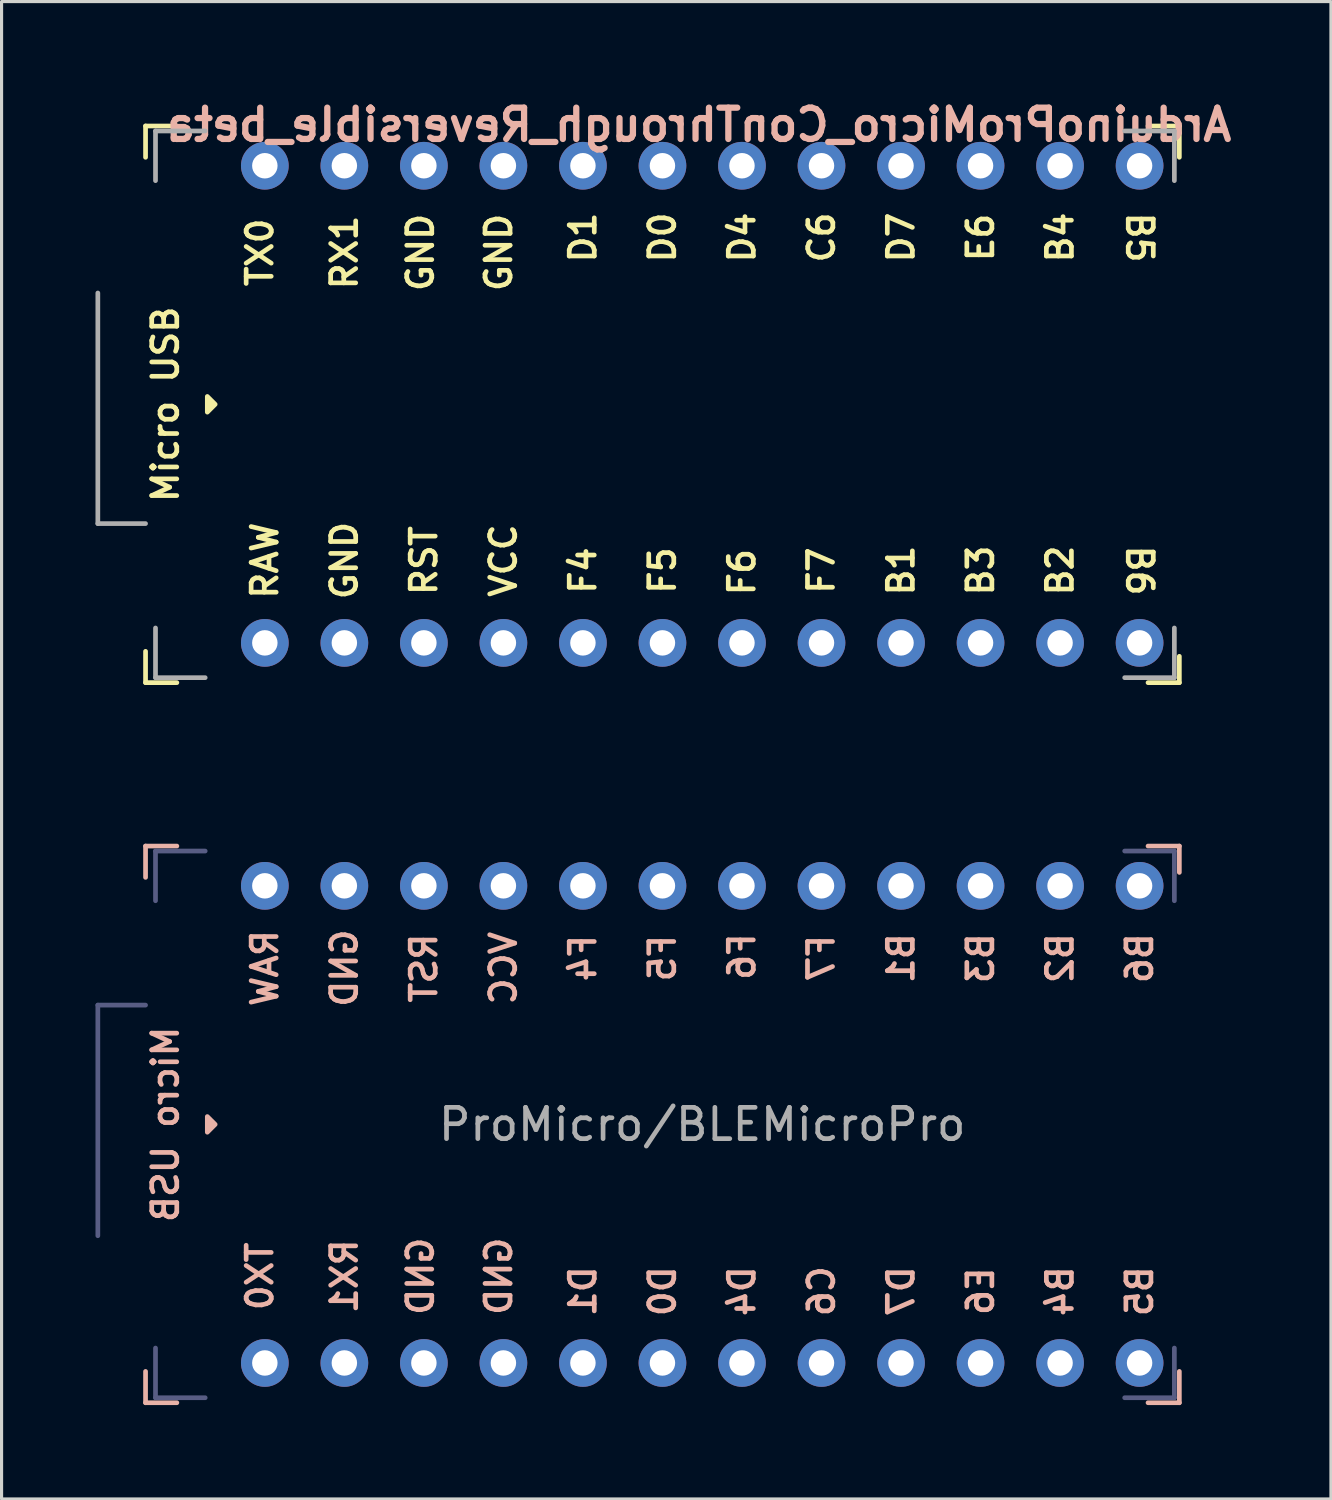
<source format=kicad_pcb>
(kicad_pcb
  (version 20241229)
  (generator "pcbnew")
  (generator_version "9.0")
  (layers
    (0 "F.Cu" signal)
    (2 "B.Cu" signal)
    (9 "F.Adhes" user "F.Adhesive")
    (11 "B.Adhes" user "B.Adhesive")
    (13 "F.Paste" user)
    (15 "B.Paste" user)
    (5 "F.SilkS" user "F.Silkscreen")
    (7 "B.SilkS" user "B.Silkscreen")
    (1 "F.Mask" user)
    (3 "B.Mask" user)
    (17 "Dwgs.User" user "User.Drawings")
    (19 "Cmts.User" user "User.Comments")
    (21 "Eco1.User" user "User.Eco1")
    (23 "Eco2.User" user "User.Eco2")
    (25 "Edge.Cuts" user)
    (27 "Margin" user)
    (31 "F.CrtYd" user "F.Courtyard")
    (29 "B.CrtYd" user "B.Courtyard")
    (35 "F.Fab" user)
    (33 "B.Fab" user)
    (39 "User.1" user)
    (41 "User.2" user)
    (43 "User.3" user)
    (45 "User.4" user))
  (footprint "ArduinoProMicro_ConThrough_Reversible_beta"
    (layer "F.Cu")
    (at 19.379 9.864)
    (property "Reference" "ArduinoProMicro_ConThrough_Reversible_beta" (at -0.118 -8.928 0) (layer "B.SilkS") (effects (font (size 1 1) (thickness 0.2)) (justify mirror)))
    (property "Value" "ProMicro/BLEMicroPro" (at 0 0 0) (layer "B.Fab") (hide yes) (effects (font (size 1 1) (thickness 0.15)) (justify mirror)))
    (fp_line (start -17.78 -8.89) (end -17.78 -7.89) (stroke (width 0.15) (type solid)) (layer "F.SilkS"))
    (fp_line (start -17.78 -8.89) (end -16.78 -8.89) (stroke (width 0.15) (type solid)) (layer "F.SilkS"))
    (fp_line (start -17.78 7.89) (end -17.78 8.89) (stroke (width 0.15) (type solid)) (layer "F.SilkS"))
    (fp_line (start -17.78 8.89) (end -16.78 8.89) (stroke (width 0.15) (type solid)) (layer "F.SilkS"))
    (fp_line (start 15.24 -8.89) (end 14.24 -8.89) (stroke (width 0.15) (type solid)) (layer "F.SilkS"))
    (fp_line (start 15.24 -8.89) (end 15.24 -7.89) (stroke (width 0.15) (type solid)) (layer "F.SilkS"))
    (fp_line (start 15.24 8.89) (end 14.24 8.89) (stroke (width 0.15) (type solid)) (layer "F.SilkS"))
    (fp_line (start 15.24 8.89) (end 15.24 8.049) (stroke (width 0.15) (type solid)) (layer "F.SilkS"))
    (fp_poly (pts (xy -15.807 -0.25) (xy -15.807 0.25) (xy -15.557 0)) (stroke (width 0.15) (type solid)) (fill yes) (layer "F.SilkS"))
    (fp_line (start -17.78 14.11) (end -16.78 14.11) (stroke (width 0.15) (type solid)) (layer "B.SilkS"))
    (fp_line (start -17.78 15.11) (end -17.78 14.11) (stroke (width 0.15) (type solid)) (layer "B.SilkS"))
    (fp_line (start -17.78 31.89) (end -17.78 30.89) (stroke (width 0.15) (type solid)) (layer "B.SilkS"))
    (fp_line (start -17.78 31.89) (end -16.78 31.89) (stroke (width 0.15) (type solid)) (layer "B.SilkS"))
    (fp_line (start 15.24 14.11) (end 14.24 14.11) (stroke (width 0.15) (type solid)) (layer "B.SilkS"))
    (fp_line (start 15.24 14.11) (end 15.24 14.951) (stroke (width 0.15) (type solid)) (layer "B.SilkS"))
    (fp_line (start 15.24 31.89) (end 14.24 31.89) (stroke (width 0.15) (type solid)) (layer "B.SilkS"))
    (fp_line (start 15.24 31.89) (end 15.24 30.89) (stroke (width 0.15) (type solid)) (layer "B.SilkS"))
    (fp_poly (pts (xy -15.807 23.25) (xy -15.807 22.75) (xy -15.557 23)) (stroke (width 0.15) (type solid)) (fill yes) (layer "B.SilkS"))
    (fp_line (start -19.304 19.19) (end -19.304 26.556) (stroke (width 0.15) (type solid)) (layer "B.Fab"))
    (fp_line (start -17.78 19.19) (end -19.304 19.19) (stroke (width 0.15) (type solid)) (layer "B.Fab"))
    (fp_line (start -17.462 14.269) (end -15.875 14.269) (stroke (width 0.15) (type solid)) (layer "B.Fab"))
    (fp_line (start -17.462 15.856) (end -17.462 14.269) (stroke (width 0.15) (type solid)) (layer "B.Fab"))
    (fp_line (start -17.462 31.731) (end -17.462 30.144) (stroke (width 0.15) (type solid)) (layer "B.Fab"))
    (fp_line (start -15.875 31.731) (end -17.462 31.731) (stroke (width 0.15) (type solid)) (layer "B.Fab"))
    (fp_line (start 15.081 14.269) (end 13.494 14.269) (stroke (width 0.15) (type solid)) (layer "B.Fab"))
    (fp_line (start 15.081 15.856) (end 15.081 14.269) (stroke (width 0.15) (type solid)) (layer "B.Fab"))
    (fp_line (start 15.081 30.144) (end 15.081 31.731) (stroke (width 0.15) (type solid)) (layer "B.Fab"))
    (fp_line (start 15.081 31.731) (end 13.494 31.731) (stroke (width 0.15) (type solid)) (layer "B.Fab"))
    (fp_line (start -19.304 3.81) (end -19.304 -3.556) (stroke (width 0.15) (type solid)) (layer "F.Fab"))
    (fp_line (start -17.78 3.81) (end -19.304 3.81) (stroke (width 0.15) (type solid)) (layer "F.Fab"))
    (fp_line (start -17.462 -8.731) (end -17.462 -7.144) (stroke (width 0.15) (type solid)) (layer "F.Fab"))
    (fp_line (start -17.462 7.144) (end -17.462 8.731) (stroke (width 0.15) (type solid)) (layer "F.Fab"))
    (fp_line (start -17.462 8.731) (end -15.875 8.731) (stroke (width 0.15) (type solid)) (layer "F.Fab"))
    (fp_line (start -15.875 -8.731) (end -17.462 -8.731) (stroke (width 0.15) (type solid)) (layer "F.Fab"))
    (fp_line (start 15.081 -8.731) (end 13.494 -8.731) (stroke (width 0.15) (type solid)) (layer "F.Fab"))
    (fp_line (start 15.081 -7.144) (end 15.081 -8.731) (stroke (width 0.15) (type solid)) (layer "F.Fab"))
    (fp_line (start 15.081 7.144) (end 15.081 8.731) (stroke (width 0.15) (type solid)) (layer "F.Fab"))
    (fp_line (start 15.081 8.731) (end 13.494 8.731) (stroke (width 0.15) (type solid)) (layer "F.Fab"))
    (fp_text user "RX1" (at -11.43 -4.851 90) (unlocked yes) (layer "F.SilkS") (effects (font (size 0.8 0.8) (thickness 0.15))))
    (fp_text user "Micro USB" (at -17.145 0 90) (unlocked yes) (layer "F.SilkS") (effects (font (size 0.8 0.8) (thickness 0.15))))
    (fp_text user "F5" (at -1.27 5.309 90) (unlocked yes) (layer "F.SilkS") (effects (font (size 0.8 0.8) (thickness 0.15))))
    (fp_text user "F4" (at -3.81 5.309 90) (unlocked yes) (layer "F.SilkS") (effects (font (size 0.8 0.8) (thickness 0.15))))
    (fp_text user "B6" (at 13.97 5.309 270) (unlocked yes) (layer "F.SilkS") (effects (font (size 0.8 0.8) (thickness 0.15))))
    (fp_text user "C6" (at 3.81 -5.328 90) (unlocked yes) (layer "F.SilkS") (effects (font (size 0.8 0.8) (thickness 0.15))))
    (fp_text user "TX0" (at -14.129 -4.851 90) (unlocked yes) (layer "F.SilkS") (effects (font (size 0.8 0.8) (thickness 0.15))))
    (fp_text user "B5" (at 13.97 -5.328 270) (unlocked yes) (layer "F.SilkS") (effects (font (size 0.8 0.8) (thickness 0.15))))
    (fp_text user "D1" (at -3.81 -5.328 90) (unlocked yes) (layer "F.SilkS") (effects (font (size 0.8 0.8) (thickness 0.15))))
    (fp_text user "D7" (at 6.35 -5.328 90) (unlocked yes) (layer "F.SilkS") (effects (font (size 0.8 0.8) (thickness 0.15))))
    (fp_text user "GND" (at -9 -4.851 90) (unlocked yes) (layer "F.SilkS") (effects (font (size 0.8 0.8) (thickness 0.15))))
    (fp_text user "RST" (at -8.89 4.991 90) (unlocked yes) (layer "F.SilkS") (effects (font (size 0.8 0.8) (thickness 0.15))))
    (fp_text user "VCC" (at -6.35 4.991 90) (unlocked yes) (layer "F.SilkS") (effects (font (size 0.8 0.8) (thickness 0.15))))
    (fp_text user "D0" (at -1.27 -5.328 90) (unlocked yes) (layer "F.SilkS") (effects (font (size 0.8 0.8) (thickness 0.15))))
    (fp_text user "B3" (at 8.89 5.309 90) (unlocked yes) (layer "F.SilkS") (effects (font (size 0.8 0.8) (thickness 0.15))))
    (fp_text user "F6" (at 1.27 5.36 90) (unlocked yes) (layer "F.SilkS") (effects (font (size 0.8 0.8) (thickness 0.15))))
    (fp_text user "E6" (at 8.89 -5.328 90) (unlocked yes) (layer "F.SilkS") (effects (font (size 0.8 0.8) (thickness 0.15))))
    (fp_text user "GND" (at -6.5 -4.851 90) (unlocked yes) (layer "F.SilkS") (effects (font (size 0.8 0.8) (thickness 0.15))))
    (fp_text user "B2" (at 11.43 5.309 90) (unlocked yes) (layer "F.SilkS") (effects (font (size 0.8 0.8) (thickness 0.15))))
    (fp_text user "F7" (at 3.8 5.309 90) (unlocked yes) (layer "F.SilkS") (effects (font (size 0.8 0.8) (thickness 0.15))))
    (fp_text user "D4" (at 1.27 -5.328 90) (unlocked yes) (layer "F.SilkS") (effects (font (size 0.8 0.8) (thickness 0.15))))
    (fp_text user "GND" (at -11.43 4.991 90) (unlocked yes) (layer "F.SilkS") (effects (font (size 0.8 0.8) (thickness 0.15))))
    (fp_text user "B1" (at 6.35 5.309 90) (unlocked yes) (layer "F.SilkS") (effects (font (size 0.8 0.8) (thickness 0.15))))
    (fp_text user "B4" (at 11.43 -5.328 90) (unlocked yes) (layer "F.SilkS") (effects (font (size 0.8 0.8) (thickness 0.15))))
    (fp_text user "RAW" (at -13.97 4.991 90) (unlocked yes) (layer "F.SilkS") (effects (font (size 0.8 0.8) (thickness 0.15))))
    (fp_text user "D7" (at 6.35 28.328 90) (unlocked yes) (layer "B.SilkS") (effects (font (size 0.8 0.8) (thickness 0.15)) (justify mirror)))
    (fp_text user "RX1" (at -11.43 27.851 90) (unlocked yes) (layer "B.SilkS") (effects (font (size 0.8 0.8) (thickness 0.15)) (justify mirror)))
    (fp_text user "D0" (at -1.27 28.328 90) (unlocked yes) (layer "B.SilkS") (effects (font (size 0.8 0.8) (thickness 0.15)) (justify mirror)))
    (fp_text user "GND" (at -6.5 27.851 90) (unlocked yes) (layer "B.SilkS") (effects (font (size 0.8 0.8) (thickness 0.15)) (justify mirror)))
    (fp_text user "TX0" (at -14.129 27.851 90) (unlocked yes) (layer "B.SilkS") (effects (font (size 0.8 0.8) (thickness 0.15)) (justify mirror)))
    (fp_text user "F5" (at -1.27 17.691 90) (unlocked yes) (layer "B.SilkS") (effects (font (size 0.8 0.8) (thickness 0.15)) (justify mirror)))
    (fp_text user "B2" (at 11.43 17.691 90) (unlocked yes) (layer "B.SilkS") (effects (font (size 0.8 0.8) (thickness 0.15)) (justify mirror)))
    (fp_text user "RST" (at -8.89 18.009 90) (unlocked yes) (layer "B.SilkS") (effects (font (size 0.8 0.8) (thickness 0.15)) (justify mirror)))
    (fp_text user "B4" (at 11.43 28.328 90) (unlocked yes) (layer "B.SilkS") (effects (font (size 0.8 0.8) (thickness 0.15)) (justify mirror)))
    (fp_text user "VCC" (at -6.35 18.009 90) (unlocked yes) (layer "B.SilkS") (effects (font (size 0.8 0.8) (thickness 0.15)) (justify mirror)))
    (fp_text user "Micro USB" (at -17.145 23 90) (unlocked yes) (layer "B.SilkS") (effects (font (size 0.8 0.8) (thickness 0.15)) (justify mirror)))
    (fp_text user "E6" (at 8.89 28.328 90) (unlocked yes) (layer "B.SilkS") (effects (font (size 0.8 0.8) (thickness 0.15)) (justify mirror)))
    (fp_text user "D1" (at -3.81 28.328 90) (unlocked yes) (layer "B.SilkS") (effects (font (size 0.8 0.8) (thickness 0.15)) (justify mirror)))
    (fp_text user "C6" (at 3.81 28.328 90) (unlocked yes) (layer "B.SilkS") (effects (font (size 0.8 0.8) (thickness 0.15)) (justify mirror)))
    (fp_text user "GND" (at -11.43 18.009 90) (unlocked yes) (layer "B.SilkS") (effects (font (size 0.8 0.8) (thickness 0.15)) (justify mirror)))
    (fp_text user "F6" (at 1.27 17.64 90) (unlocked yes) (layer "B.SilkS") (effects (font (size 0.8 0.8) (thickness 0.15)) (justify mirror)))
    (fp_text user "B6" (at 13.97 17.691 90) (unlocked yes) (layer "B.SilkS") (effects (font (size 0.8 0.8) (thickness 0.15)) (justify mirror)))
    (fp_text user "F7" (at 3.8 17.691 90) (unlocked yes) (layer "B.SilkS") (effects (font (size 0.8 0.8) (thickness 0.15)) (justify mirror)))
    (fp_text user "B5" (at 13.97 28.328 90) (unlocked yes) (layer "B.SilkS") (effects (font (size 0.8 0.8) (thickness 0.15)) (justify mirror)))
    (fp_text user "RAW" (at -13.97 18.009 90) (unlocked yes) (layer "B.SilkS") (effects (font (size 0.8 0.8) (thickness 0.15)) (justify mirror)))
    (fp_text user "F4" (at -3.81 17.691 90) (unlocked yes) (layer "B.SilkS") (effects (font (size 0.8 0.8) (thickness 0.15)) (justify mirror)))
    (fp_text user "B3" (at 8.89 17.691 90) (unlocked yes) (layer "B.SilkS") (effects (font (size 0.8 0.8) (thickness 0.15)) (justify mirror)))
    (fp_text user "GND" (at -9 27.851 90) (unlocked yes) (layer "B.SilkS") (effects (font (size 0.8 0.8) (thickness 0.15)) (justify mirror)))
    (fp_text user "B1" (at 6.35 17.691 90) (unlocked yes) (layer "B.SilkS") (effects (font (size 0.8 0.8) (thickness 0.15)) (justify mirror)))
    (fp_text user "D4" (at 1.27 28.328 90) (unlocked yes) (layer "B.SilkS") (effects (font (size 0.8 0.8) (thickness 0.15)) (justify mirror)))
    (fp_text user "${VALUE}" (at 0 23 180) (layer "F.Fab") (effects (font (size 1 1) (thickness 0.15))))
    (pad "1" thru_hole circle (at -13.97 -7.62) (size 1.524 1.524) (drill 0.813) (layers "*.Cu" "*.Mask"))
    (pad "1" thru_hole circle (at -13.97 30.62 180) (size 1.524 1.524) (drill 0.813) (layers "*.Cu" "*.Mask"))
    (pad "2" thru_hole circle (at -11.43 -7.62) (size 1.524 1.524) (drill 0.813) (layers "*.Cu" "*.Mask"))
    (pad "2" thru_hole circle (at -11.43 30.62 180) (size 1.524 1.524) (drill 0.813) (layers "*.Cu" "*.Mask"))
    (pad "3" thru_hole circle (at -8.89 -7.62) (size 1.524 1.524) (drill 0.813) (layers "*.Cu" "*.Mask"))
    (pad "3" thru_hole circle (at -8.89 30.62 180) (size 1.524 1.524) (drill 0.813) (layers "*.Cu" "*.Mask"))
    (pad "4" thru_hole circle (at -6.35 -7.62) (size 1.524 1.524) (drill 0.813) (layers "*.Cu" "*.Mask"))
    (pad "4" thru_hole circle (at -6.35 30.62 180) (size 1.524 1.524) (drill 0.813) (layers "*.Cu" "*.Mask"))
    (pad "5" thru_hole circle (at -3.81 -7.62) (size 1.524 1.524) (drill 0.813) (layers "*.Cu" "*.Mask"))
    (pad "5" thru_hole circle (at -3.81 30.62 180) (size 1.524 1.524) (drill 0.813) (layers "*.Cu" "*.Mask"))
    (pad "6" thru_hole circle (at -1.27 -7.62) (size 1.524 1.524) (drill 0.813) (layers "*.Cu" "*.Mask"))
    (pad "6" thru_hole circle (at -1.27 30.62 180) (size 1.524 1.524) (drill 0.813) (layers "*.Cu" "*.Mask"))
    (pad "7" thru_hole circle (at 1.27 -7.62) (size 1.524 1.524) (drill 0.813) (layers "*.Cu" "*.Mask"))
    (pad "7" thru_hole circle (at 1.27 30.62 180) (size 1.524 1.524) (drill 0.813) (layers "*.Cu" "*.Mask"))
    (pad "8" thru_hole circle (at 3.81 -7.62) (size 1.524 1.524) (drill 0.813) (layers "*.Cu" "*.Mask"))
    (pad "8" thru_hole circle (at 3.81 30.62 180) (size 1.524 1.524) (drill 0.813) (layers "*.Cu" "*.Mask"))
    (pad "9" thru_hole circle (at 6.35 -7.62) (size 1.524 1.524) (drill 0.813) (layers "*.Cu" "*.Mask"))
    (pad "9" thru_hole circle (at 6.35 30.62 180) (size 1.524 1.524) (drill 0.813) (layers "*.Cu" "*.Mask"))
    (pad "10" thru_hole circle (at 8.89 -7.62) (size 1.524 1.524) (drill 0.813) (layers "*.Cu" "*.Mask"))
    (pad "10" thru_hole circle (at 8.89 30.62 180) (size 1.524 1.524) (drill 0.813) (layers "*.Cu" "*.Mask"))
    (pad "11" thru_hole circle (at 11.43 -7.62) (size 1.524 1.524) (drill 0.813) (layers "*.Cu" "*.Mask"))
    (pad "11" thru_hole circle (at 11.43 30.62 180) (size 1.524 1.524) (drill 0.813) (layers "*.Cu" "*.Mask"))
    (pad "12" thru_hole circle (at 13.97 -7.62) (size 1.524 1.524) (drill 0.813) (layers "*.Cu" "*.Mask"))
    (pad "12" thru_hole circle (at 13.97 30.62 180) (size 1.524 1.524) (drill 0.813) (layers "*.Cu" "*.Mask"))
    (pad "13" thru_hole circle (at 13.97 7.62) (size 1.524 1.524) (drill 0.813) (layers "*.Cu" "*.Mask"))
    (pad "13" thru_hole circle (at 13.97 15.38 180) (size 1.524 1.524) (drill 0.813) (layers "*.Cu" "*.Mask"))
    (pad "14" thru_hole circle (at 11.43 7.62) (size 1.524 1.524) (drill 0.813) (layers "*.Cu" "*.Mask"))
    (pad "14" thru_hole circle (at 11.43 15.38 180) (size 1.524 1.524) (drill 0.813) (layers "*.Cu" "*.Mask"))
    (pad "15" thru_hole circle (at 8.89 7.62) (size 1.524 1.524) (drill 0.813) (layers "*.Cu" "*.Mask"))
    (pad "15" thru_hole circle (at 8.89 15.38 180) (size 1.524 1.524) (drill 0.813) (layers "*.Cu" "*.Mask"))
    (pad "16" thru_hole circle (at 6.35 7.62) (size 1.524 1.524) (drill 0.813) (layers "*.Cu" "*.Mask"))
    (pad "16" thru_hole circle (at 6.35 15.38 180) (size 1.524 1.524) (drill 0.813) (layers "*.Cu" "*.Mask"))
    (pad "17" thru_hole circle (at 3.81 7.62) (size 1.524 1.524) (drill 0.813) (layers "*.Cu" "*.Mask"))
    (pad "17" thru_hole circle (at 3.81 15.38 180) (size 1.524 1.524) (drill 0.813) (layers "*.Cu" "*.Mask"))
    (pad "18" thru_hole circle (at 1.27 7.62) (size 1.524 1.524) (drill 0.813) (layers "*.Cu" "*.Mask"))
    (pad "18" thru_hole circle (at 1.27 15.38 180) (size 1.524 1.524) (drill 0.813) (layers "*.Cu" "*.Mask"))
    (pad "19" thru_hole circle (at -1.27 7.62) (size 1.524 1.524) (drill 0.813) (layers "*.Cu" "*.Mask"))
    (pad "19" thru_hole circle (at -1.27 15.38 180) (size 1.524 1.524) (drill 0.813) (layers "*.Cu" "*.Mask"))
    (pad "20" thru_hole circle (at -3.81 7.62) (size 1.524 1.524) (drill 0.813) (layers "*.Cu" "*.Mask"))
    (pad "20" thru_hole circle (at -3.81 15.38 180) (size 1.524 1.524) (drill 0.813) (layers "*.Cu" "*.Mask"))
    (pad "21" thru_hole circle (at -6.35 7.62) (size 1.524 1.524) (drill 0.813) (layers "*.Cu" "*.Mask"))
    (pad "21" thru_hole circle (at -6.35 15.38 180) (size 1.524 1.524) (drill 0.813) (layers "*.Cu" "*.Mask"))
    (pad "22" thru_hole circle (at -8.89 7.62) (size 1.524 1.524) (drill 0.813) (layers "*.Cu" "*.Mask"))
    (pad "22" thru_hole circle (at -8.89 15.38 180) (size 1.524 1.524) (drill 0.813) (layers "*.Cu" "*.Mask"))
    (pad "23" thru_hole circle (at -11.43 7.62) (size 1.524 1.524) (drill 0.813) (layers "*.Cu" "*.Mask"))
    (pad "23" thru_hole circle (at -11.43 15.38 180) (size 1.524 1.524) (drill 0.813) (layers "*.Cu" "*.Mask"))
    (pad "24" thru_hole circle (at -13.97 7.62) (size 1.524 1.524) (drill 0.813) (layers "*.Cu" "*.Mask"))
    (pad "24" thru_hole circle (at -13.97 15.38 180) (size 1.524 1.524) (drill 0.813) (layers "*.Cu" "*.Mask")))
  (gr_rect
    (start -3 -3)
    (end 39.461 44.829)
    (stroke (width 0.1) (type default))
    (fill no)
    (layer "Edge.Cuts")))
</source>
